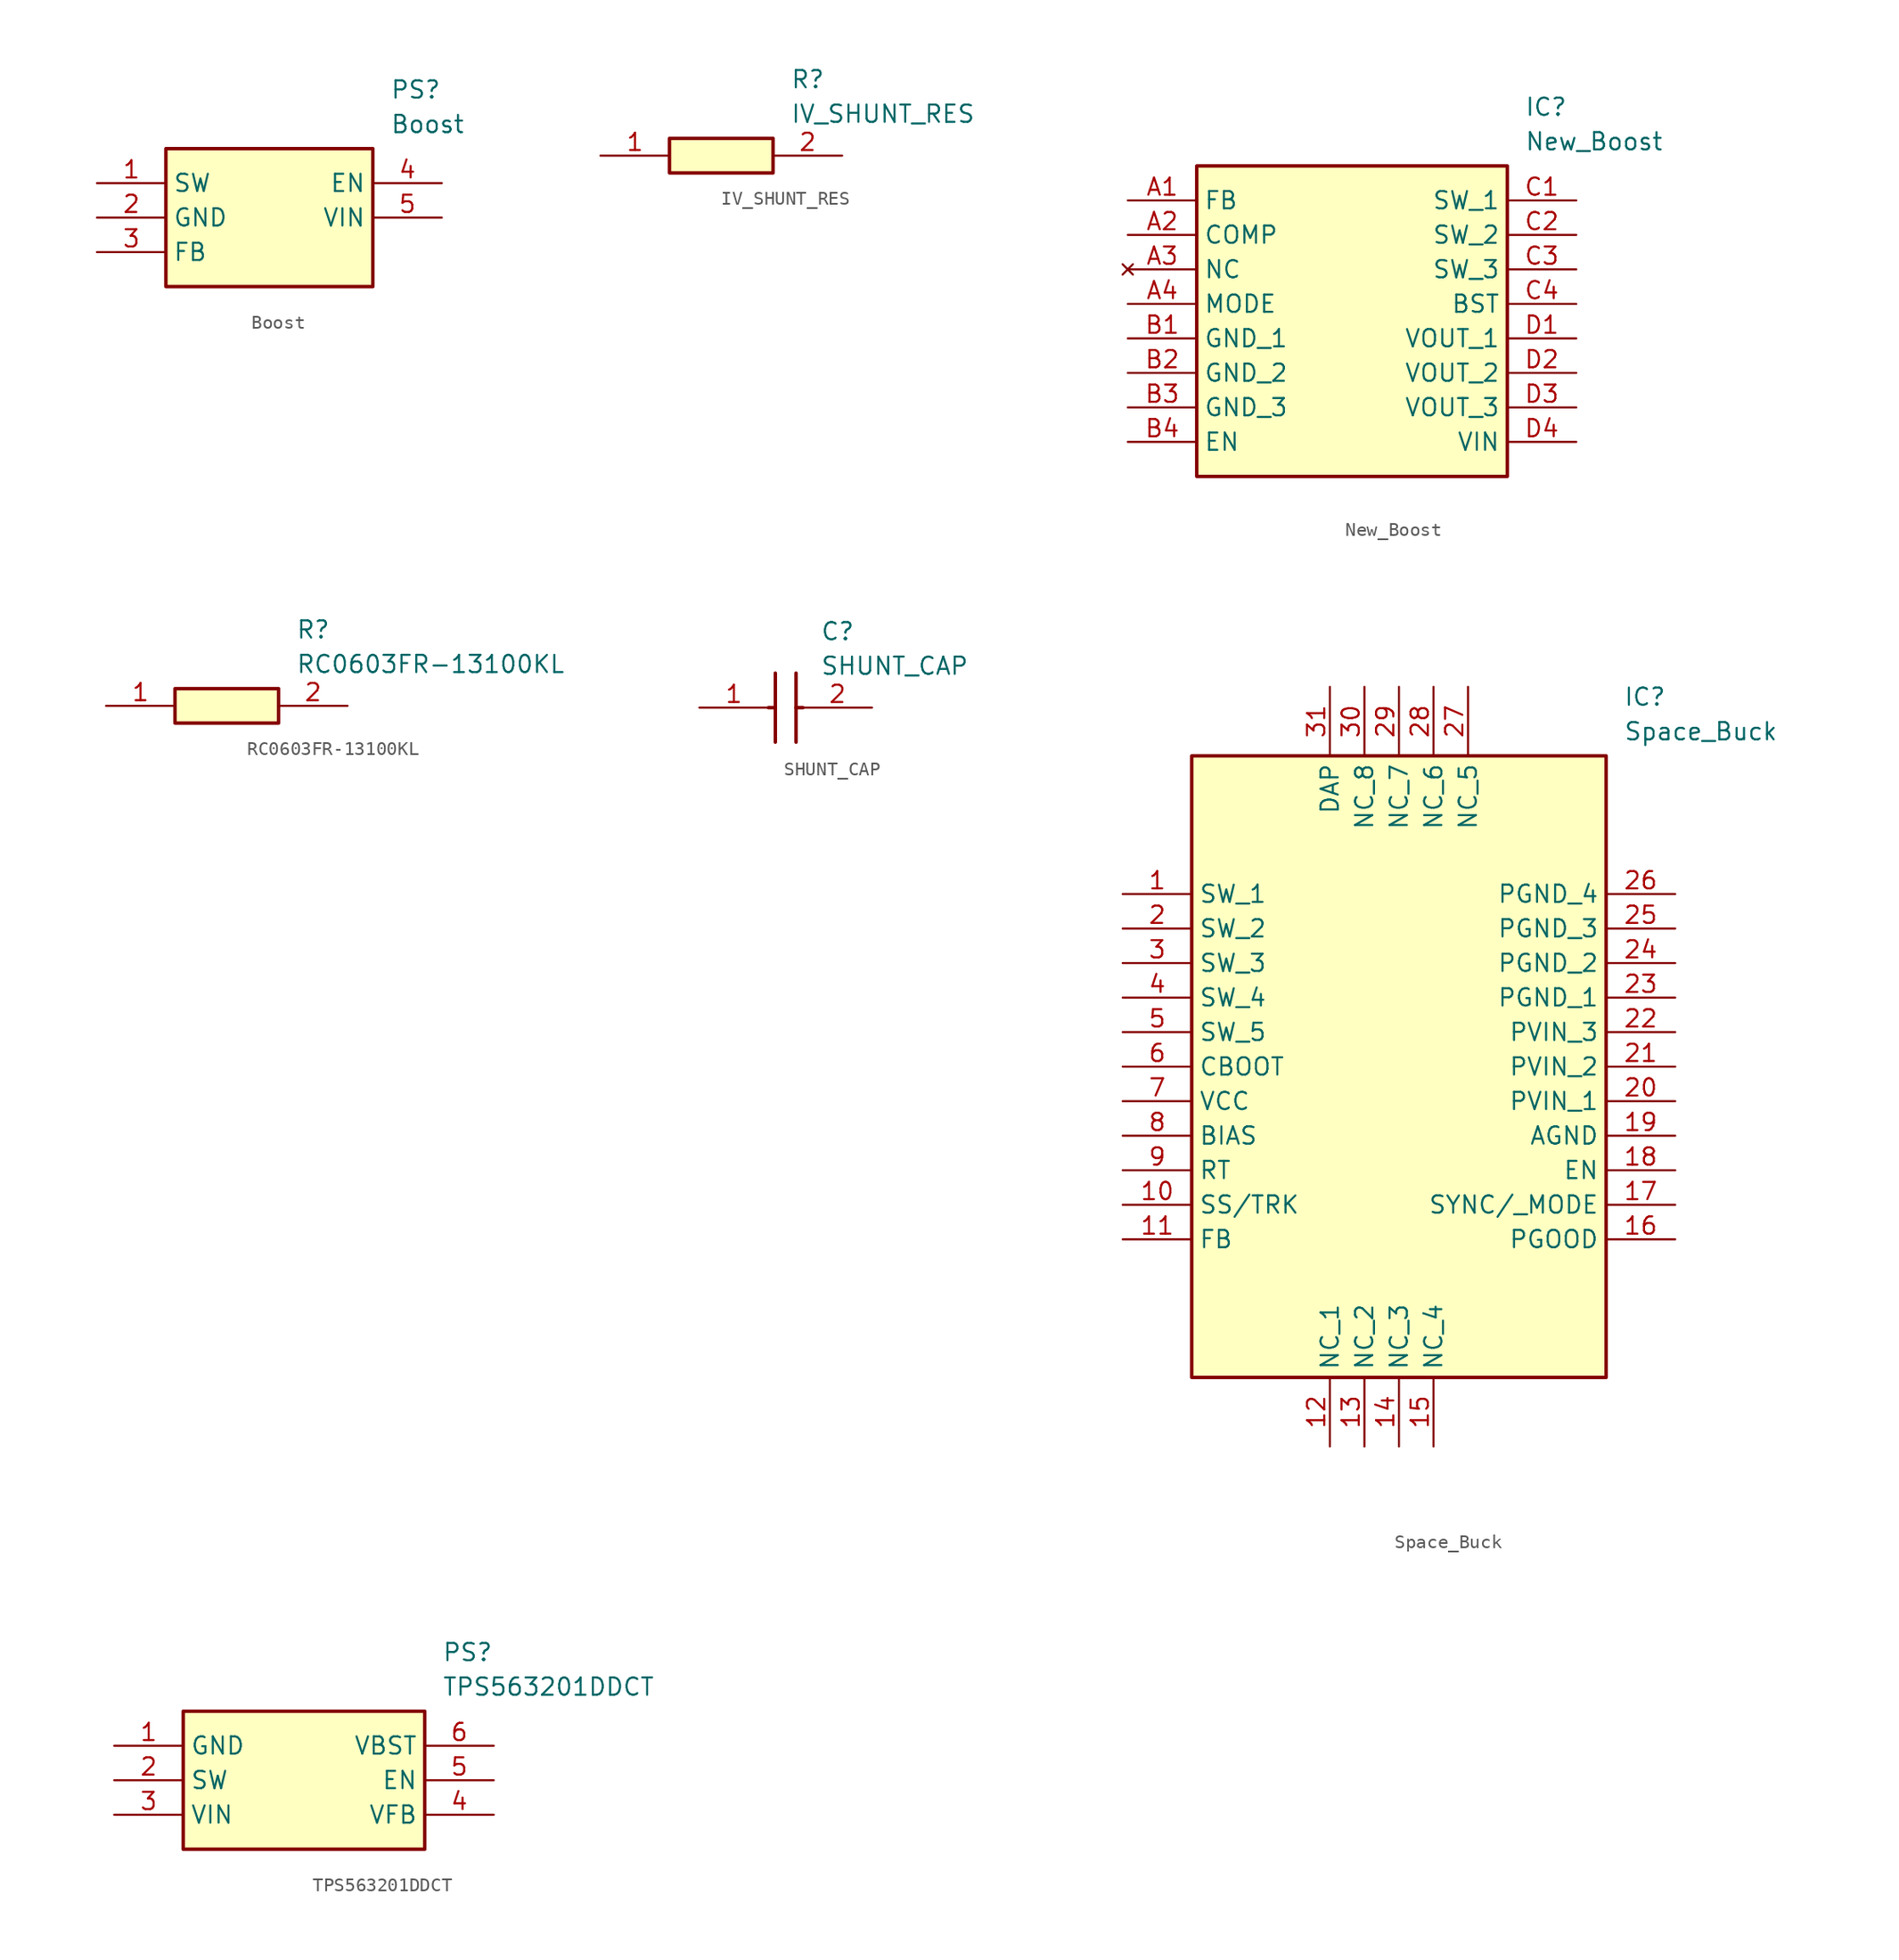
<source format=kicad_sym>
(kicad_symbol_lib
  (version 20220914)
  (generator kicad_symbol_editor)
  (symbol "Boost"
    (property "Reference" "PS"
      (at 21.59 7.62 0)
      (effects (font (size 1.27 1.27)) (justify left top)))
    (property "Value" "Boost"
      (at 21.59 5.08 0)
      (effects (font (size 1.27 1.27)) (justify left top)))
    (symbol "Boost_1_1"
      (rectangle (start 5.08 2.54) (end 20.32 -7.62) (stroke (width 0.254) (type default)) (fill (type background)))
      (pin output line (at 0 0 0) (length 5.08) (name "SW" (effects (font (size 1.27 1.27)))) (number "1" (effects (font (size 1.27 1.27)))))
      (pin power_in line (at 0 -2.54 0) (length 5.08) (name "GND" (effects (font (size 1.27 1.27)))) (number "2" (effects (font (size 1.27 1.27)))))
      (pin output line (at 0 -5.08 0) (length 5.08) (name "FB" (effects (font (size 1.27 1.27)))) (number "3" (effects (font (size 1.27 1.27)))))
      (pin input line (at 25.4 0 180) (length 5.08) (name "EN" (effects (font (size 1.27 1.27)))) (number "4" (effects (font (size 1.27 1.27)))))
      (pin power_in line (at 25.4 -2.54 180) (length 5.08) (name "VIN" (effects (font (size 1.27 1.27)))) (number "5" (effects (font (size 1.27 1.27)))))))
  (symbol "IV_SHUNT_RES"
    (pin_names hide)
    (property "Reference" "R"
      (at 13.97 6.35 0)
      (effects (font (size 1.27 1.27)) (justify left top)))
    (property "Value" "IV_SHUNT_RES"
      (at 13.97 3.81 0)
      (effects (font (size 1.27 1.27)) (justify left top)))
    (symbol "IV_SHUNT_RES_1_1"
      (rectangle (start 5.08 1.27) (end 12.7 -1.27) (stroke (width 0.254) (type default)) (fill (type background)))
      (pin passive line (at 0 0 0) (length 5.08) (name "1" (effects (font (size 1.27 1.27)))) (number "1" (effects (font (size 1.27 1.27)))))
      (pin passive line (at 17.78 0 180) (length 5.08) (name "2" (effects (font (size 1.27 1.27)))) (number "2" (effects (font (size 1.27 1.27)))))))
  (symbol "New_Boost"
    (property "Reference" "IC"
      (at 29.21 7.62 0)
      (effects (font (size 1.27 1.27)) (justify left top)))
    (property "Value" "New_Boost"
      (at 29.21 5.08 0)
      (effects (font (size 1.27 1.27)) (justify left top)))
    (symbol "New_Boost_1_1"
      (rectangle (start 5.08 2.54) (end 27.94 -20.32) (stroke (width 0.254) (type default)) (fill (type background)))
      (pin passive line (at 0 0 0) (length 5.08) (name "FB" (effects (font (size 1.27 1.27)))) (number "A1" (effects (font (size 1.27 1.27)))))
      (pin passive line (at 0 -2.54 0) (length 5.08) (name "COMP" (effects (font (size 1.27 1.27)))) (number "A2" (effects (font (size 1.27 1.27)))))
      (pin no_connect line (at 0 -5.08 0) (length 5.08) (name "NC" (effects (font (size 1.27 1.27)))) (number "A3" (effects (font (size 1.27 1.27)))))
      (pin passive line (at 0 -7.62 0) (length 5.08) (name "MODE" (effects (font (size 1.27 1.27)))) (number "A4" (effects (font (size 1.27 1.27)))))
      (pin passive line (at 0 -10.16 0) (length 5.08) (name "GND_1" (effects (font (size 1.27 1.27)))) (number "B1" (effects (font (size 1.27 1.27)))))
      (pin passive line (at 0 -12.7 0) (length 5.08) (name "GND_2" (effects (font (size 1.27 1.27)))) (number "B2" (effects (font (size 1.27 1.27)))))
      (pin passive line (at 0 -15.24 0) (length 5.08) (name "GND_3" (effects (font (size 1.27 1.27)))) (number "B3" (effects (font (size 1.27 1.27)))))
      (pin passive line (at 0 -17.78 0) (length 5.08) (name "EN" (effects (font (size 1.27 1.27)))) (number "B4" (effects (font (size 1.27 1.27)))))
      (pin passive line (at 33.02 0 180) (length 5.08) (name "SW_1" (effects (font (size 1.27 1.27)))) (number "C1" (effects (font (size 1.27 1.27)))))
      (pin passive line (at 33.02 -2.54 180) (length 5.08) (name "SW_2" (effects (font (size 1.27 1.27)))) (number "C2" (effects (font (size 1.27 1.27)))))
      (pin passive line (at 33.02 -5.08 180) (length 5.08) (name "SW_3" (effects (font (size 1.27 1.27)))) (number "C3" (effects (font (size 1.27 1.27)))))
      (pin passive line (at 33.02 -7.62 180) (length 5.08) (name "BST" (effects (font (size 1.27 1.27)))) (number "C4" (effects (font (size 1.27 1.27)))))
      (pin passive line (at 33.02 -10.16 180) (length 5.08) (name "VOUT_1" (effects (font (size 1.27 1.27)))) (number "D1" (effects (font (size 1.27 1.27)))))
      (pin passive line (at 33.02 -12.7 180) (length 5.08) (name "VOUT_2" (effects (font (size 1.27 1.27)))) (number "D2" (effects (font (size 1.27 1.27)))))
      (pin passive line (at 33.02 -15.24 180) (length 5.08) (name "VOUT_3" (effects (font (size 1.27 1.27)))) (number "D3" (effects (font (size 1.27 1.27)))))
      (pin passive line (at 33.02 -17.78 180) (length 5.08) (name "VIN" (effects (font (size 1.27 1.27)))) (number "D4" (effects (font (size 1.27 1.27)))))))
  (symbol "RC0603FR-13100KL"
    (pin_names hide)
    (property "Reference" "R"
      (at 13.97 6.35 0)
      (effects (font (size 1.27 1.27)) (justify left top)))
    (property "Value" "RC0603FR-13100KL"
      (at 13.97 3.81 0)
      (effects (font (size 1.27 1.27)) (justify left top)))
    (symbol "RC0603FR-13100KL_1_1"
      (rectangle (start 5.08 1.27) (end 12.7 -1.27) (stroke (width 0.254) (type default)) (fill (type background)))
      (pin passive line (at 0 0 0) (length 5.08) (name "1" (effects (font (size 1.27 1.27)))) (number "1" (effects (font (size 1.27 1.27)))))
      (pin passive line (at 17.78 0 180) (length 5.08) (name "2" (effects (font (size 1.27 1.27)))) (number "2" (effects (font (size 1.27 1.27)))))))
  (symbol "SHUNT_CAP"
    (pin_names hide)
    (property "Reference" "C"
      (at 8.89 6.35 0)
      (effects (font (size 1.27 1.27)) (justify left top)))
    (property "Value" "SHUNT_CAP"
      (at 8.89 3.81 0)
      (effects (font (size 1.27 1.27)) (justify left top)))
    (symbol "SHUNT_CAP_1_1"
      (polyline (pts (xy 5.08 0) (xy 5.588 0)) (stroke (width 0.254) (type default)) (fill (type none)))
      (polyline (pts (xy 5.588 2.54) (xy 5.588 -2.54)) (stroke (width 0.254) (type default)) (fill (type none)))
      (polyline (pts (xy 7.112 0) (xy 7.62 0)) (stroke (width 0.254) (type default)) (fill (type none)))
      (polyline (pts (xy 7.112 2.54) (xy 7.112 -2.54)) (stroke (width 0.254) (type default)) (fill (type none)))
      (pin passive line (at 0 0 0) (length 5.08) (name "1" (effects (font (size 1.27 1.27)))) (number "1" (effects (font (size 1.27 1.27)))))
      (pin passive line (at 12.7 0 180) (length 5.08) (name "2" (effects (font (size 1.27 1.27)))) (number "2" (effects (font (size 1.27 1.27)))))))
  (symbol "Space_Buck"
    (property "Reference" "IC"
      (at 36.83 15.24 0)
      (effects (font (size 1.27 1.27)) (justify left top)))
    (property "Value" "Space_Buck"
      (at 36.83 12.7 0)
      (effects (font (size 1.27 1.27)) (justify left top)))
    (symbol "Space_Buck_1_1"
      (rectangle (start 5.08 10.16) (end 35.56 -35.56) (stroke (width 0.254) (type default)) (fill (type background)))
      (pin passive line (at 0 0 0) (length 5.08) (name "SW_1" (effects (font (size 1.27 1.27)))) (number "1" (effects (font (size 1.27 1.27)))))
      (pin passive line (at 0 -22.86 0) (length 5.08) (name "SS/TRK" (effects (font (size 1.27 1.27)))) (number "10" (effects (font (size 1.27 1.27)))))
      (pin passive line (at 0 -25.4 0) (length 5.08) (name "FB" (effects (font (size 1.27 1.27)))) (number "11" (effects (font (size 1.27 1.27)))))
      (pin passive line (at 15.24 -40.64 90) (length 5.08) (name "NC_1" (effects (font (size 1.27 1.27)))) (number "12" (effects (font (size 1.27 1.27)))))
      (pin passive line (at 17.78 -40.64 90) (length 5.08) (name "NC_2" (effects (font (size 1.27 1.27)))) (number "13" (effects (font (size 1.27 1.27)))))
      (pin passive line (at 20.32 -40.64 90) (length 5.08) (name "NC_3" (effects (font (size 1.27 1.27)))) (number "14" (effects (font (size 1.27 1.27)))))
      (pin passive line (at 22.86 -40.64 90) (length 5.08) (name "NC_4" (effects (font (size 1.27 1.27)))) (number "15" (effects (font (size 1.27 1.27)))))
      (pin passive line (at 40.64 -25.4 180) (length 5.08) (name "PGOOD" (effects (font (size 1.27 1.27)))) (number "16" (effects (font (size 1.27 1.27)))))
      (pin passive line (at 40.64 -22.86 180) (length 5.08) (name "SYNC/_MODE" (effects (font (size 1.27 1.27)))) (number "17" (effects (font (size 1.27 1.27)))))
      (pin passive line (at 40.64 -20.32 180) (length 5.08) (name "EN" (effects (font (size 1.27 1.27)))) (number "18" (effects (font (size 1.27 1.27)))))
      (pin passive line (at 40.64 -17.78 180) (length 5.08) (name "AGND" (effects (font (size 1.27 1.27)))) (number "19" (effects (font (size 1.27 1.27)))))
      (pin passive line (at 0 -2.54 0) (length 5.08) (name "SW_2" (effects (font (size 1.27 1.27)))) (number "2" (effects (font (size 1.27 1.27)))))
      (pin passive line (at 40.64 -15.24 180) (length 5.08) (name "PVIN_1" (effects (font (size 1.27 1.27)))) (number "20" (effects (font (size 1.27 1.27)))))
      (pin passive line (at 40.64 -12.7 180) (length 5.08) (name "PVIN_2" (effects (font (size 1.27 1.27)))) (number "21" (effects (font (size 1.27 1.27)))))
      (pin passive line (at 40.64 -10.16 180) (length 5.08) (name "PVIN_3" (effects (font (size 1.27 1.27)))) (number "22" (effects (font (size 1.27 1.27)))))
      (pin passive line (at 40.64 -7.62 180) (length 5.08) (name "PGND_1" (effects (font (size 1.27 1.27)))) (number "23" (effects (font (size 1.27 1.27)))))
      (pin passive line (at 40.64 -5.08 180) (length 5.08) (name "PGND_2" (effects (font (size 1.27 1.27)))) (number "24" (effects (font (size 1.27 1.27)))))
      (pin passive line (at 40.64 -2.54 180) (length 5.08) (name "PGND_3" (effects (font (size 1.27 1.27)))) (number "25" (effects (font (size 1.27 1.27)))))
      (pin passive line (at 40.64 0 180) (length 5.08) (name "PGND_4" (effects (font (size 1.27 1.27)))) (number "26" (effects (font (size 1.27 1.27)))))
      (pin passive line (at 25.4 15.24 270) (length 5.08) (name "NC_5" (effects (font (size 1.27 1.27)))) (number "27" (effects (font (size 1.27 1.27)))))
      (pin passive line (at 22.86 15.24 270) (length 5.08) (name "NC_6" (effects (font (size 1.27 1.27)))) (number "28" (effects (font (size 1.27 1.27)))))
      (pin passive line (at 20.32 15.24 270) (length 5.08) (name "NC_7" (effects (font (size 1.27 1.27)))) (number "29" (effects (font (size 1.27 1.27)))))
      (pin passive line (at 0 -5.08 0) (length 5.08) (name "SW_3" (effects (font (size 1.27 1.27)))) (number "3" (effects (font (size 1.27 1.27)))))
      (pin passive line (at 17.78 15.24 270) (length 5.08) (name "NC_8" (effects (font (size 1.27 1.27)))) (number "30" (effects (font (size 1.27 1.27)))))
      (pin passive line (at 15.24 15.24 270) (length 5.08) (name "DAP" (effects (font (size 1.27 1.27)))) (number "31" (effects (font (size 1.27 1.27)))))
      (pin passive line (at 0 -7.62 0) (length 5.08) (name "SW_4" (effects (font (size 1.27 1.27)))) (number "4" (effects (font (size 1.27 1.27)))))
      (pin passive line (at 0 -10.16 0) (length 5.08) (name "SW_5" (effects (font (size 1.27 1.27)))) (number "5" (effects (font (size 1.27 1.27)))))
      (pin passive line (at 0 -12.7 0) (length 5.08) (name "CBOOT" (effects (font (size 1.27 1.27)))) (number "6" (effects (font (size 1.27 1.27)))))
      (pin passive line (at 0 -15.24 0) (length 5.08) (name "VCC" (effects (font (size 1.27 1.27)))) (number "7" (effects (font (size 1.27 1.27)))))
      (pin passive line (at 0 -17.78 0) (length 5.08) (name "BIAS" (effects (font (size 1.27 1.27)))) (number "8" (effects (font (size 1.27 1.27)))))
      (pin passive line (at 0 -20.32 0) (length 5.08) (name "RT" (effects (font (size 1.27 1.27)))) (number "9" (effects (font (size 1.27 1.27)))))))
  (symbol "TPS563201DDCT"
    (property "Reference" "PS"
      (at 24.13 7.62 0)
      (effects (font (size 1.27 1.27)) (justify left top)))
    (property "Value" "TPS563201DDCT"
      (at 24.13 5.08 0)
      (effects (font (size 1.27 1.27)) (justify left top)))
    (symbol "TPS563201DDCT_1_1"
      (rectangle (start 5.08 2.54) (end 22.86 -7.62) (stroke (width 0.254) (type default)) (fill (type background)))
      (pin passive line (at 0 0 0) (length 5.08) (name "GND" (effects (font (size 1.27 1.27)))) (number "1" (effects (font (size 1.27 1.27)))))
      (pin passive line (at 0 -2.54 0) (length 5.08) (name "SW" (effects (font (size 1.27 1.27)))) (number "2" (effects (font (size 1.27 1.27)))))
      (pin passive line (at 0 -5.08 0) (length 5.08) (name "VIN" (effects (font (size 1.27 1.27)))) (number "3" (effects (font (size 1.27 1.27)))))
      (pin passive line (at 27.94 -5.08 180) (length 5.08) (name "VFB" (effects (font (size 1.27 1.27)))) (number "4" (effects (font (size 1.27 1.27)))))
      (pin passive line (at 27.94 -2.54 180) (length 5.08) (name "EN" (effects (font (size 1.27 1.27)))) (number "5" (effects (font (size 1.27 1.27)))))
      (pin passive line (at 27.94 0 180) (length 5.08) (name "VBST" (effects (font (size 1.27 1.27)))) (number "6" (effects (font (size 1.27 1.27))))))))
</source>
